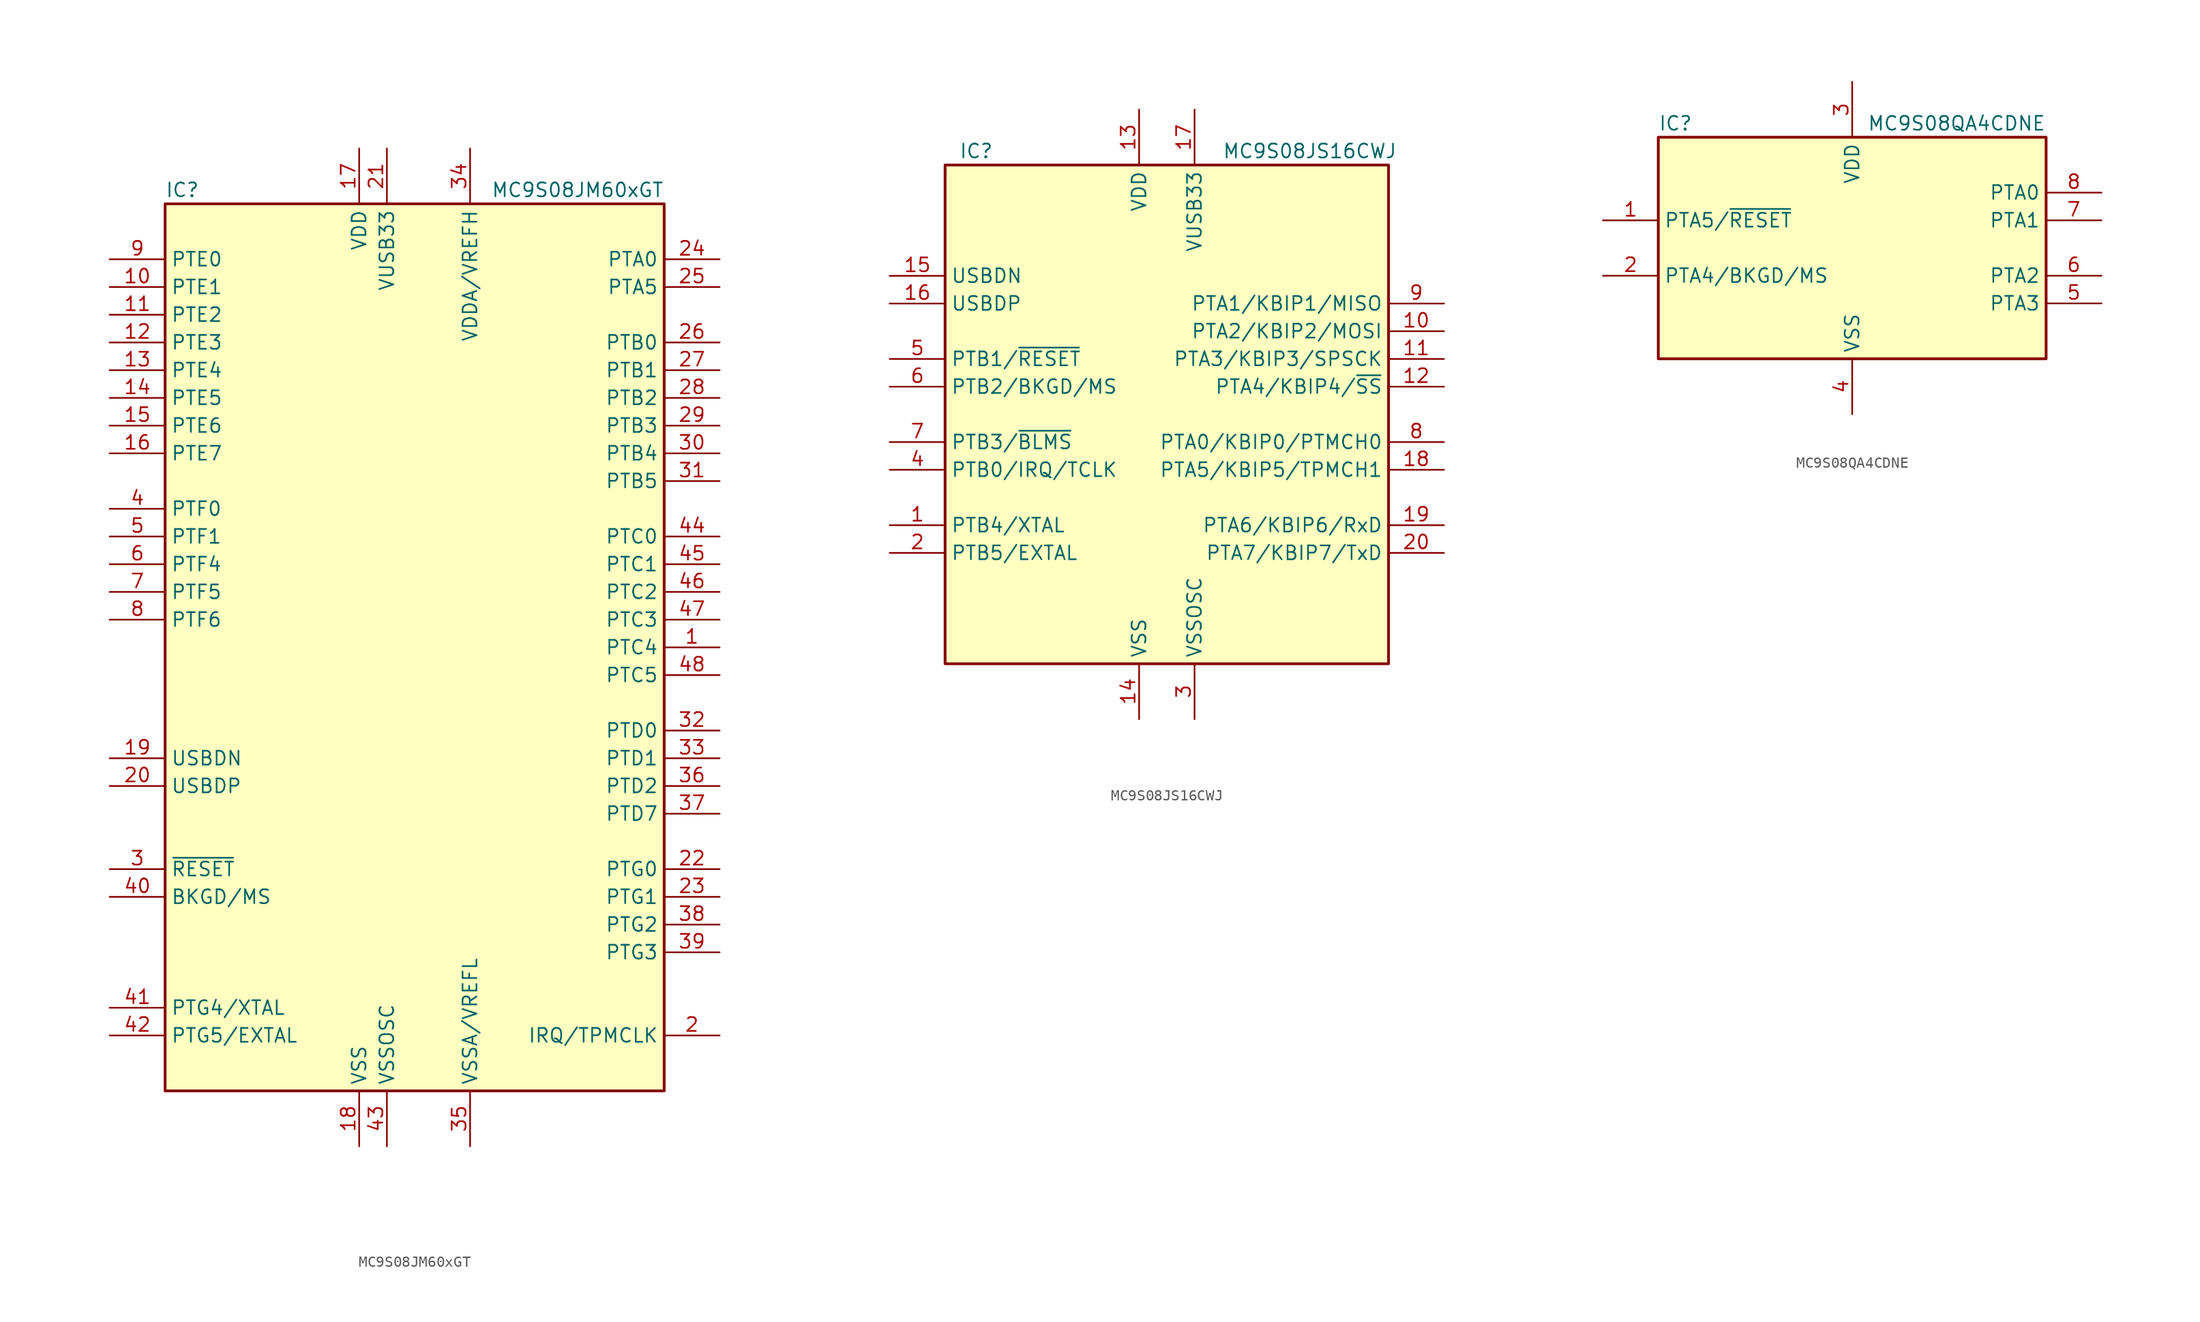
<source format=kicad_sym>
(kicad_symbol_lib
  (version 20201005)
  (generator kicad_symbol_editor)
  (symbol "MC9S08JM60xGT"
    (property "Reference" "IC"
      (at -22.86 41.91 0)
      (effects (font (size 1.27 1.27)) (justify left)))
    (property "Value" "MC9S08JM60xGT"
      (at 22.86 41.91 0)
      (effects (font (size 1.27 1.27)) (justify right)))
    (symbol "MC9S08JM60xGT_0_1"
      (rectangle (start -22.86 40.64) (end 22.86 -40.64) (stroke (width 0.254)) (fill (type background))))
    (symbol "MC9S08JM60xGT_1_1"
      (pin bidirectional line (at 27.94 0 180) (length 5.08) (name "PTC4" (effects (font (size 1.27 1.27)))) (number "1" (effects (font (size 1.27 1.27)))))
      (pin bidirectional line (at -27.94 33.02 0) (length 5.08) (name "PTE1" (effects (font (size 1.27 1.27)))) (number "10" (effects (font (size 1.27 1.27)))))
      (pin bidirectional line (at -27.94 30.48 0) (length 5.08) (name "PTE2" (effects (font (size 1.27 1.27)))) (number "11" (effects (font (size 1.27 1.27)))))
      (pin bidirectional line (at -27.94 27.94 0) (length 5.08) (name "PTE3" (effects (font (size 1.27 1.27)))) (number "12" (effects (font (size 1.27 1.27)))))
      (pin bidirectional line (at -27.94 25.4 0) (length 5.08) (name "PTE4" (effects (font (size 1.27 1.27)))) (number "13" (effects (font (size 1.27 1.27)))))
      (pin bidirectional line (at -27.94 22.86 0) (length 5.08) (name "PTE5" (effects (font (size 1.27 1.27)))) (number "14" (effects (font (size 1.27 1.27)))))
      (pin bidirectional line (at -27.94 20.32 0) (length 5.08) (name "PTE6" (effects (font (size 1.27 1.27)))) (number "15" (effects (font (size 1.27 1.27)))))
      (pin bidirectional line (at -27.94 17.78 0) (length 5.08) (name "PTE7" (effects (font (size 1.27 1.27)))) (number "16" (effects (font (size 1.27 1.27)))))
      (pin power_in line (at -5.08 45.72 270) (length 5.08) (name "VDD" (effects (font (size 1.27 1.27)))) (number "17" (effects (font (size 1.27 1.27)))))
      (pin power_in line (at -5.08 -45.72 90) (length 5.08) (name "VSS" (effects (font (size 1.27 1.27)))) (number "18" (effects (font (size 1.27 1.27)))))
      (pin bidirectional line (at -27.94 -10.16 0) (length 5.08) (name "USBDN" (effects (font (size 1.27 1.27)))) (number "19" (effects (font (size 1.27 1.27)))))
      (pin bidirectional line (at 27.94 -35.56 180) (length 5.08) (name "IRQ/TPMCLK" (effects (font (size 1.27 1.27)))) (number "2" (effects (font (size 1.27 1.27)))))
      (pin bidirectional line (at -27.94 -12.7 0) (length 5.08) (name "USBDP" (effects (font (size 1.27 1.27)))) (number "20" (effects (font (size 1.27 1.27)))))
      (pin power_out line (at -2.54 45.72 270) (length 5.08) (name "VUSB33" (effects (font (size 1.27 1.27)))) (number "21" (effects (font (size 1.27 1.27)))))
      (pin bidirectional line (at 27.94 -20.32 180) (length 5.08) (name "PTG0" (effects (font (size 1.27 1.27)))) (number "22" (effects (font (size 1.27 1.27)))))
      (pin bidirectional line (at 27.94 -22.86 180) (length 5.08) (name "PTG1" (effects (font (size 1.27 1.27)))) (number "23" (effects (font (size 1.27 1.27)))))
      (pin bidirectional line (at 27.94 35.56 180) (length 5.08) (name "PTA0" (effects (font (size 1.27 1.27)))) (number "24" (effects (font (size 1.27 1.27)))))
      (pin bidirectional line (at 27.94 33.02 180) (length 5.08) (name "PTA5" (effects (font (size 1.27 1.27)))) (number "25" (effects (font (size 1.27 1.27)))))
      (pin bidirectional line (at 27.94 27.94 180) (length 5.08) (name "PTB0" (effects (font (size 1.27 1.27)))) (number "26" (effects (font (size 1.27 1.27)))))
      (pin bidirectional line (at 27.94 25.4 180) (length 5.08) (name "PTB1" (effects (font (size 1.27 1.27)))) (number "27" (effects (font (size 1.27 1.27)))))
      (pin bidirectional line (at 27.94 22.86 180) (length 5.08) (name "PTB2" (effects (font (size 1.27 1.27)))) (number "28" (effects (font (size 1.27 1.27)))))
      (pin bidirectional line (at 27.94 20.32 180) (length 5.08) (name "PTB3" (effects (font (size 1.27 1.27)))) (number "29" (effects (font (size 1.27 1.27)))))
      (pin input line (at -27.94 -20.32 0) (length 5.08) (name "~RESET" (effects (font (size 1.27 1.27)))) (number "3" (effects (font (size 1.27 1.27)))))
      (pin bidirectional line (at 27.94 17.78 180) (length 5.08) (name "PTB4" (effects (font (size 1.27 1.27)))) (number "30" (effects (font (size 1.27 1.27)))))
      (pin bidirectional line (at 27.94 15.24 180) (length 5.08) (name "PTB5" (effects (font (size 1.27 1.27)))) (number "31" (effects (font (size 1.27 1.27)))))
      (pin bidirectional line (at 27.94 -7.62 180) (length 5.08) (name "PTD0" (effects (font (size 1.27 1.27)))) (number "32" (effects (font (size 1.27 1.27)))))
      (pin bidirectional line (at 27.94 -10.16 180) (length 5.08) (name "PTD1" (effects (font (size 1.27 1.27)))) (number "33" (effects (font (size 1.27 1.27)))))
      (pin power_in line (at 5.08 45.72 270) (length 5.08) (name "VDDA/VREFH" (effects (font (size 1.27 1.27)))) (number "34" (effects (font (size 1.27 1.27)))))
      (pin power_in line (at 5.08 -45.72 90) (length 5.08) (name "VSSA/VREFL" (effects (font (size 1.27 1.27)))) (number "35" (effects (font (size 1.27 1.27)))))
      (pin bidirectional line (at 27.94 -12.7 180) (length 5.08) (name "PTD2" (effects (font (size 1.27 1.27)))) (number "36" (effects (font (size 1.27 1.27)))))
      (pin bidirectional line (at 27.94 -15.24 180) (length 5.08) (name "PTD7" (effects (font (size 1.27 1.27)))) (number "37" (effects (font (size 1.27 1.27)))))
      (pin bidirectional line (at 27.94 -25.4 180) (length 5.08) (name "PTG2" (effects (font (size 1.27 1.27)))) (number "38" (effects (font (size 1.27 1.27)))))
      (pin bidirectional line (at 27.94 -27.94 180) (length 5.08) (name "PTG3" (effects (font (size 1.27 1.27)))) (number "39" (effects (font (size 1.27 1.27)))))
      (pin bidirectional line (at -27.94 12.7 0) (length 5.08) (name "PTF0" (effects (font (size 1.27 1.27)))) (number "4" (effects (font (size 1.27 1.27)))))
      (pin bidirectional line (at -27.94 -22.86 0) (length 5.08) (name "BKGD/MS" (effects (font (size 1.27 1.27)))) (number "40" (effects (font (size 1.27 1.27)))))
      (pin bidirectional line (at -27.94 -33.02 0) (length 5.08) (name "PTG4/XTAL" (effects (font (size 1.27 1.27)))) (number "41" (effects (font (size 1.27 1.27)))))
      (pin bidirectional line (at -27.94 -35.56 0) (length 5.08) (name "PTG5/EXTAL" (effects (font (size 1.27 1.27)))) (number "42" (effects (font (size 1.27 1.27)))))
      (pin power_in line (at -2.54 -45.72 90) (length 5.08) (name "VSSOSC" (effects (font (size 1.27 1.27)))) (number "43" (effects (font (size 1.27 1.27)))))
      (pin bidirectional line (at 27.94 10.16 180) (length 5.08) (name "PTC0" (effects (font (size 1.27 1.27)))) (number "44" (effects (font (size 1.27 1.27)))))
      (pin bidirectional line (at 27.94 7.62 180) (length 5.08) (name "PTC1" (effects (font (size 1.27 1.27)))) (number "45" (effects (font (size 1.27 1.27)))))
      (pin bidirectional line (at 27.94 5.08 180) (length 5.08) (name "PTC2" (effects (font (size 1.27 1.27)))) (number "46" (effects (font (size 1.27 1.27)))))
      (pin bidirectional line (at 27.94 2.54 180) (length 5.08) (name "PTC3" (effects (font (size 1.27 1.27)))) (number "47" (effects (font (size 1.27 1.27)))))
      (pin bidirectional line (at 27.94 -2.54 180) (length 5.08) (name "PTC5" (effects (font (size 1.27 1.27)))) (number "48" (effects (font (size 1.27 1.27)))))
      (pin bidirectional line (at -27.94 10.16 0) (length 5.08) (name "PTF1" (effects (font (size 1.27 1.27)))) (number "5" (effects (font (size 1.27 1.27)))))
      (pin bidirectional line (at -27.94 7.62 0) (length 5.08) (name "PTF4" (effects (font (size 1.27 1.27)))) (number "6" (effects (font (size 1.27 1.27)))))
      (pin bidirectional line (at -27.94 5.08 0) (length 5.08) (name "PTF5" (effects (font (size 1.27 1.27)))) (number "7" (effects (font (size 1.27 1.27)))))
      (pin bidirectional line (at -27.94 2.54 0) (length 5.08) (name "PTF6" (effects (font (size 1.27 1.27)))) (number "8" (effects (font (size 1.27 1.27)))))
      (pin bidirectional line (at -27.94 35.56 0) (length 5.08) (name "PTE0" (effects (font (size 1.27 1.27)))) (number "9" (effects (font (size 1.27 1.27)))))))
  (symbol "MC9S08JS16CWJ"
    (property "Reference" "IC"
      (at -19.05 24.13 0)
      (effects (font (size 1.27 1.27)) (justify left)))
    (property "Value" "MC9S08JS16CWJ"
      (at 5.08 24.13 0)
      (effects (font (size 1.27 1.27)) (justify left)))
    (symbol "MC9S08JS16CWJ_0_1"
      (rectangle (start -20.32 22.86) (end 20.32 -22.86) (stroke (width 0.254)) (fill (type background))))
    (symbol "MC9S08JS16CWJ_1_1"
      (pin bidirectional line (at -25.4 -10.16 0) (length 5.08) (name "PTB4/XTAL" (effects (font (size 1.27 1.27)))) (number "1" (effects (font (size 1.27 1.27)))))
      (pin bidirectional line (at 25.4 7.62 180) (length 5.08) (name "PTA2/KBIP2/MOSI" (effects (font (size 1.27 1.27)))) (number "10" (effects (font (size 1.27 1.27)))))
      (pin bidirectional line (at 25.4 5.08 180) (length 5.08) (name "PTA3/KBIP3/SPSCK" (effects (font (size 1.27 1.27)))) (number "11" (effects (font (size 1.27 1.27)))))
      (pin bidirectional line (at 25.4 2.54 180) (length 5.08) (name "PTA4/KBIP4/~SS" (effects (font (size 1.27 1.27)))) (number "12" (effects (font (size 1.27 1.27)))))
      (pin power_in line (at -2.54 27.94 270) (length 5.08) (name "VDD" (effects (font (size 1.27 1.27)))) (number "13" (effects (font (size 1.27 1.27)))))
      (pin power_in line (at -2.54 -27.94 90) (length 5.08) (name "VSS" (effects (font (size 1.27 1.27)))) (number "14" (effects (font (size 1.27 1.27)))))
      (pin bidirectional line (at -25.4 12.7 0) (length 5.08) (name "USBDN" (effects (font (size 1.27 1.27)))) (number "15" (effects (font (size 1.27 1.27)))))
      (pin bidirectional line (at -25.4 10.16 0) (length 5.08) (name "USBDP" (effects (font (size 1.27 1.27)))) (number "16" (effects (font (size 1.27 1.27)))))
      (pin power_out line (at 2.54 27.94 270) (length 5.08) (name "VUSB33" (effects (font (size 1.27 1.27)))) (number "17" (effects (font (size 1.27 1.27)))))
      (pin bidirectional line (at 25.4 -5.08 180) (length 5.08) (name "PTA5/KBIP5/TPMCH1" (effects (font (size 1.27 1.27)))) (number "18" (effects (font (size 1.27 1.27)))))
      (pin bidirectional line (at 25.4 -10.16 180) (length 5.08) (name "PTA6/KBIP6/RxD" (effects (font (size 1.27 1.27)))) (number "19" (effects (font (size 1.27 1.27)))))
      (pin bidirectional line (at -25.4 -12.7 0) (length 5.08) (name "PTB5/EXTAL" (effects (font (size 1.27 1.27)))) (number "2" (effects (font (size 1.27 1.27)))))
      (pin bidirectional line (at 25.4 -12.7 180) (length 5.08) (name "PTA7/KBIP7/TxD" (effects (font (size 1.27 1.27)))) (number "20" (effects (font (size 1.27 1.27)))))
      (pin power_in line (at 2.54 -27.94 90) (length 5.08) (name "VSSOSC" (effects (font (size 1.27 1.27)))) (number "3" (effects (font (size 1.27 1.27)))))
      (pin bidirectional line (at -25.4 -5.08 0) (length 5.08) (name "PTB0/IRQ/TCLK" (effects (font (size 1.27 1.27)))) (number "4" (effects (font (size 1.27 1.27)))))
      (pin bidirectional line (at -25.4 5.08 0) (length 5.08) (name "PTB1/~RESET" (effects (font (size 1.27 1.27)))) (number "5" (effects (font (size 1.27 1.27)))))
      (pin bidirectional line (at -25.4 2.54 0) (length 5.08) (name "PTB2/BKGD/MS" (effects (font (size 1.27 1.27)))) (number "6" (effects (font (size 1.27 1.27)))))
      (pin bidirectional line (at -25.4 -2.54 0) (length 5.08) (name "PTB3/~BLMS" (effects (font (size 1.27 1.27)))) (number "7" (effects (font (size 1.27 1.27)))))
      (pin bidirectional line (at 25.4 -2.54 180) (length 5.08) (name "PTA0/KBIP0/PTMCH0" (effects (font (size 1.27 1.27)))) (number "8" (effects (font (size 1.27 1.27)))))
      (pin bidirectional line (at 25.4 10.16 180) (length 5.08) (name "PTA1/KBIP1/MISO" (effects (font (size 1.27 1.27)))) (number "9" (effects (font (size 1.27 1.27)))))))
  (symbol "MC9S08QA4CDNE"
    (property "Reference" "IC"
      (at -17.78 11.43 0)
      (effects (font (size 1.27 1.27)) (justify left)))
    (property "Value" "MC9S08QA4CDNE"
      (at 17.78 11.43 0)
      (effects (font (size 1.27 1.27)) (justify right)))
    (symbol "MC9S08QA4CDNE_0_1"
      (rectangle (start -17.78 10.16) (end 17.78 -10.16) (stroke (width 0.254)) (fill (type background))))
    (symbol "MC9S08QA4CDNE_1_1"
      (pin bidirectional line (at -22.86 2.54 0) (length 5.08) (name "PTA5/~RESET" (effects (font (size 1.27 1.27)))) (number "1" (effects (font (size 1.27 1.27)))))
      (pin bidirectional line (at -22.86 -2.54 0) (length 5.08) (name "PTA4/BKGD/MS" (effects (font (size 1.27 1.27)))) (number "2" (effects (font (size 1.27 1.27)))))
      (pin power_in line (at 0 15.24 270) (length 5.08) (name "VDD" (effects (font (size 1.27 1.27)))) (number "3" (effects (font (size 1.27 1.27)))))
      (pin power_in line (at 0 -15.24 90) (length 5.08) (name "VSS" (effects (font (size 1.27 1.27)))) (number "4" (effects (font (size 1.27 1.27)))))
      (pin bidirectional line (at 22.86 -5.08 180) (length 5.08) (name "PTA3" (effects (font (size 1.27 1.27)))) (number "5" (effects (font (size 1.27 1.27)))))
      (pin bidirectional line (at 22.86 -2.54 180) (length 5.08) (name "PTA2" (effects (font (size 1.27 1.27)))) (number "6" (effects (font (size 1.27 1.27)))))
      (pin bidirectional line (at 22.86 2.54 180) (length 5.08) (name "PTA1" (effects (font (size 1.27 1.27)))) (number "7" (effects (font (size 1.27 1.27)))))
      (pin bidirectional line (at 22.86 5.08 180) (length 5.08) (name "PTA0" (effects (font (size 1.27 1.27)))) (number "8" (effects (font (size 1.27 1.27))))))))
</source>
